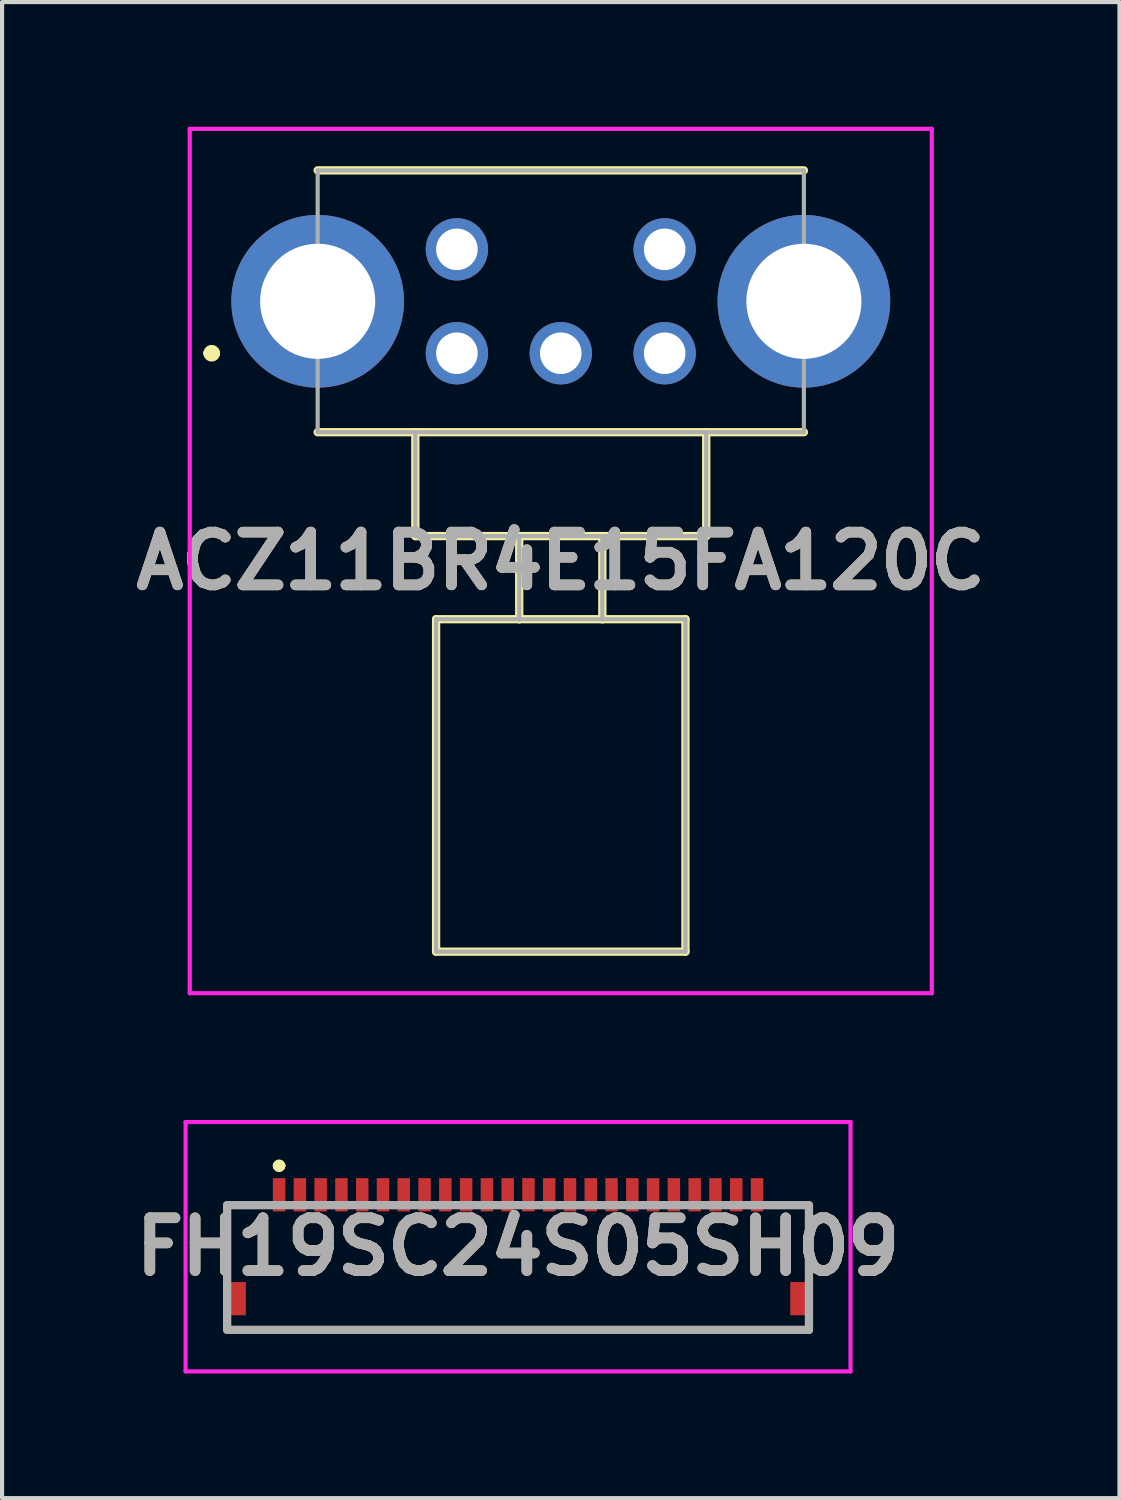
<source format=kicad_pcb>
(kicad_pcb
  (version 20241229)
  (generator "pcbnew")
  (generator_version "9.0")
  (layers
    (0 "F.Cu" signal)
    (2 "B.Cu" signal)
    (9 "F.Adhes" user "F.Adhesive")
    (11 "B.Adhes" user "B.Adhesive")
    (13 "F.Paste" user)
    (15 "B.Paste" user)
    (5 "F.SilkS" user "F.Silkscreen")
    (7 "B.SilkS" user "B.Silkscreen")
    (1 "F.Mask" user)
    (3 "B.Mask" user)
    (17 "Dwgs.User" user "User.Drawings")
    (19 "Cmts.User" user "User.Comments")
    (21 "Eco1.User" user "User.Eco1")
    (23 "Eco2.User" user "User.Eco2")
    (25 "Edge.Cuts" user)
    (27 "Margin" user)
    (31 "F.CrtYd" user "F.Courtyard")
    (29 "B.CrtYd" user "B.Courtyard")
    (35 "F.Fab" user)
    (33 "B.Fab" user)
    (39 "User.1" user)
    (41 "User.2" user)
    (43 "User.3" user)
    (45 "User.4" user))
  (footprint "ACZ11BR4E15FA120C"
    (layer "F.Cu")
    (at 7.944 5.45)
    (property "Reference" "ACZ11BR4E15FA120C" (at 2.5 5 0) (layer "F.SilkS") (effects (font (size 1.27 1.27) (thickness 0.254))))
    (attr through_hole)
    (fp_line (start -6 0) (end -6 0) (stroke (width 0.2) (type solid)) (layer "F.SilkS"))
    (fp_line (start -5.8 0) (end -5.8 0) (stroke (width 0.2) (type solid)) (layer "F.SilkS"))
    (fp_line (start -3.35 -4.4) (end 8.35 -4.4) (stroke (width 0.2) (type solid)) (layer "F.SilkS"))
    (fp_line (start -3.35 1.9) (end 8.35 1.9) (stroke (width 0.2) (type solid)) (layer "F.SilkS"))
    (fp_line (start -1 1.9) (end -1 4.4) (stroke (width 0.2) (type solid)) (layer "F.SilkS"))
    (fp_line (start -1 4.4) (end 6 4.4) (stroke (width 0.2) (type solid)) (layer "F.SilkS"))
    (fp_line (start -0.5 6.4) (end -0.5 14.4) (stroke (width 0.2) (type solid)) (layer "F.SilkS"))
    (fp_line (start -0.5 14.4) (end 5.5 14.4) (stroke (width 0.2) (type solid)) (layer "F.SilkS"))
    (fp_line (start 1.5 4.4) (end 1.5 6.4) (stroke (width 0.2) (type solid)) (layer "F.SilkS"))
    (fp_line (start 1.5 6.4) (end -0.5 6.4) (stroke (width 0.2) (type solid)) (layer "F.SilkS"))
    (fp_line (start 1.5 6.4) (end 3.5 6.4) (stroke (width 0.2) (type solid)) (layer "F.SilkS"))
    (fp_line (start 3.5 6.4) (end 3.5 4.4) (stroke (width 0.2) (type solid)) (layer "F.SilkS"))
    (fp_line (start 5.5 6.4) (end 3.5 6.4) (stroke (width 0.2) (type solid)) (layer "F.SilkS"))
    (fp_line (start 5.5 14.4) (end 5.5 6.4) (stroke (width 0.2) (type solid)) (layer "F.SilkS"))
    (fp_line (start 6 4.4) (end 6 1.9) (stroke (width 0.2) (type solid)) (layer "F.SilkS"))
    (fp_arc (start -6 0) (mid -5.9 -0.1) (end -5.8 0) (stroke (width 0.2) (type solid)) (layer "F.SilkS"))
    (fp_arc (start -5.8 0) (mid -5.9 0.1) (end -6 0) (stroke (width 0.2) (type solid)) (layer "F.SilkS"))
    (fp_line (start -6.428 -5.4) (end 11.428 -5.4) (stroke (width 0.1) (type solid)) (layer "F.CrtYd"))
    (fp_line (start -6.428 15.4) (end -6.428 -5.4) (stroke (width 0.1) (type solid)) (layer "F.CrtYd"))
    (fp_line (start 11.428 -5.4) (end 11.428 15.4) (stroke (width 0.1) (type solid)) (layer "F.CrtYd"))
    (fp_line (start 11.428 15.4) (end -6.428 15.4) (stroke (width 0.1) (type solid)) (layer "F.CrtYd"))
    (fp_line (start -3.35 -4.4) (end 8.35 -4.4) (stroke (width 0.1) (type solid)) (layer "F.Fab"))
    (fp_line (start -3.35 1.9) (end -3.35 -4.4) (stroke (width 0.1) (type solid)) (layer "F.Fab"))
    (fp_line (start -1 1.9) (end -1 4.4) (stroke (width 0.1) (type solid)) (layer "F.Fab"))
    (fp_line (start -1 4.4) (end 6 4.4) (stroke (width 0.1) (type solid)) (layer "F.Fab"))
    (fp_line (start -0.5 6.4) (end -0.5 14.4) (stroke (width 0.1) (type solid)) (layer "F.Fab"))
    (fp_line (start -0.5 14.4) (end 5.5 14.4) (stroke (width 0.1) (type solid)) (layer "F.Fab"))
    (fp_line (start 1.5 4.4) (end 1.5 6.4) (stroke (width 0.1) (type solid)) (layer "F.Fab"))
    (fp_line (start 1.5 6.4) (end -0.5 6.4) (stroke (width 0.1) (type solid)) (layer "F.Fab"))
    (fp_line (start 1.5 6.4) (end 3.5 6.4) (stroke (width 0.1) (type solid)) (layer "F.Fab"))
    (fp_line (start 3.5 6.4) (end 3.5 4.4) (stroke (width 0.1) (type solid)) (layer "F.Fab"))
    (fp_line (start 5.5 6.4) (end 3.5 6.4) (stroke (width 0.1) (type solid)) (layer "F.Fab"))
    (fp_line (start 5.5 14.4) (end 5.5 6.4) (stroke (width 0.1) (type solid)) (layer "F.Fab"))
    (fp_line (start 6 4.4) (end 6 1.9) (stroke (width 0.1) (type solid)) (layer "F.Fab"))
    (fp_line (start 8.35 -4.4) (end 8.35 1.9) (stroke (width 0.1) (type solid)) (layer "F.Fab"))
    (fp_line (start 8.35 1.9) (end -3.35 1.9) (stroke (width 0.1) (type solid)) (layer "F.Fab"))
    (fp_text user "${REFERENCE}" (at 2.5 5 0) (layer "F.Fab") (effects (font (size 1.27 1.27) (thickness 0.254))))
    (pad "A1" thru_hole circle (at 0 0) (size 1.5 1.5) (drill 1) (layers "*.Cu" "*.Mask"))
    (pad "B1" thru_hole circle (at 5 0) (size 1.5 1.5) (drill 1) (layers "*.Cu" "*.Mask"))
    (pad "C1" thru_hole circle (at 2.5 0) (size 1.5 1.5) (drill 1) (layers "*.Cu" "*.Mask"))
    (pad "MH1" thru_hole circle (at -3.35 -1.25) (size 4.155 4.155) (drill 2.77) (layers "*.Cu" "*.Mask"))
    (pad "MH2" thru_hole circle (at 8.35 -1.25) (size 4.155 4.155) (drill 2.77) (layers "*.Cu" "*.Mask"))
    (pad "S1" thru_hole circle (at 0 -2.5) (size 1.5 1.5) (drill 1) (layers "*.Cu" "*.Mask"))
    (pad "S2" thru_hole circle (at 5 -2.5) (size 1.5 1.5) (drill 1) (layers "*.Cu" "*.Mask")))
  (footprint "FH19SC24S05SH09"
    (layer "F.Cu")
    (at 9.416 27.45)
    (property "Reference" "FH19SC24S05SH09" (at 0 -0.5 0) (layer "F.SilkS") (effects (font (size 1.27 1.27) (thickness 0.254))))
    (attr smd)
    (fp_line (start -7 -1.5) (end -7 -1.5) (stroke (width 0.1) (type solid)) (layer "F.SilkS"))
    (fp_line (start -7 -1.5) (end -7 -1.5) (stroke (width 0.1) (type solid)) (layer "F.SilkS"))
    (fp_line (start -7 -1.5) (end -7 -0.25) (stroke (width 0.1) (type solid)) (layer "F.SilkS"))
    (fp_line (start -7 -1.5) (end -6.5 -1.5) (stroke (width 0.1) (type solid)) (layer "F.SilkS"))
    (fp_line (start -7 -0.25) (end -7 -1.5) (stroke (width 0.1) (type solid)) (layer "F.SilkS"))
    (fp_line (start -7 -0.25) (end -7 -0.25) (stroke (width 0.1) (type solid)) (layer "F.SilkS"))
    (fp_line (start -7 1.5) (end -7 1.5) (stroke (width 0.1) (type solid)) (layer "F.SilkS"))
    (fp_line (start -7 1.5) (end 7 1.5) (stroke (width 0.1) (type solid)) (layer "F.SilkS"))
    (fp_line (start -6.5 -1.5) (end -7 -1.5) (stroke (width 0.1) (type solid)) (layer "F.SilkS"))
    (fp_line (start -6.5 -1.5) (end -6.5 -1.5) (stroke (width 0.1) (type solid)) (layer "F.SilkS"))
    (fp_line (start -5.8 -2.45) (end -5.8 -2.45) (stroke (width 0.2) (type solid)) (layer "F.SilkS"))
    (fp_line (start -5.8 -2.45) (end -5.8 -2.45) (stroke (width 0.2) (type solid)) (layer "F.SilkS"))
    (fp_line (start -5.7 -2.45) (end -5.7 -2.45) (stroke (width 0.2) (type solid)) (layer "F.SilkS"))
    (fp_line (start 6.5 -1.5) (end 6.5 -1.5) (stroke (width 0.1) (type solid)) (layer "F.SilkS"))
    (fp_line (start 6.5 -1.5) (end 7 -1.5) (stroke (width 0.1) (type solid)) (layer "F.SilkS"))
    (fp_line (start 7 -1.5) (end 6.5 -1.5) (stroke (width 0.1) (type solid)) (layer "F.SilkS"))
    (fp_line (start 7 -1.5) (end 7 -1.5) (stroke (width 0.1) (type solid)) (layer "F.SilkS"))
    (fp_line (start 7 -1.5) (end 7 -1.5) (stroke (width 0.1) (type solid)) (layer "F.SilkS"))
    (fp_line (start 7 -1.5) (end 7 0) (stroke (width 0.1) (type solid)) (layer "F.SilkS"))
    (fp_line (start 7 0) (end 7 -1.5) (stroke (width 0.1) (type solid)) (layer "F.SilkS"))
    (fp_line (start 7 0) (end 7 0) (stroke (width 0.1) (type solid)) (layer "F.SilkS"))
    (fp_line (start 7 1.5) (end -7 1.5) (stroke (width 0.1) (type solid)) (layer "F.SilkS"))
    (fp_line (start 7 1.5) (end 7 1.5) (stroke (width 0.1) (type solid)) (layer "F.SilkS"))
    (fp_arc (start -5.8 -2.45) (mid -5.75 -2.5) (end -5.7 -2.45) (stroke (width 0.2) (type solid)) (layer "F.SilkS"))
    (fp_arc (start -5.7 -2.45) (mid -5.75 -2.4) (end -5.8 -2.45) (stroke (width 0.2) (type solid)) (layer "F.SilkS"))
    (fp_arc (start -5.7 -2.45) (mid -5.75 -2.4) (end -5.8 -2.45) (stroke (width 0.2) (type solid)) (layer "F.SilkS"))
    (fp_line (start -8 -3.5) (end 8 -3.5) (stroke (width 0.1) (type solid)) (layer "F.CrtYd"))
    (fp_line (start -8 2.5) (end -8 -3.5) (stroke (width 0.1) (type solid)) (layer "F.CrtYd"))
    (fp_line (start 8 -3.5) (end 8 2.5) (stroke (width 0.1) (type solid)) (layer "F.CrtYd"))
    (fp_line (start 8 2.5) (end -8 2.5) (stroke (width 0.1) (type solid)) (layer "F.CrtYd"))
    (fp_line (start -7 -1.5) (end -7 1.5) (stroke (width 0.2) (type solid)) (layer "F.Fab"))
    (fp_line (start -7 1.5) (end 7 1.5) (stroke (width 0.2) (type solid)) (layer "F.Fab"))
    (fp_line (start 7 -1.5) (end -7 -1.5) (stroke (width 0.2) (type solid)) (layer "F.Fab"))
    (fp_line (start 7 1.5) (end 7 -1.5) (stroke (width 0.2) (type solid)) (layer "F.Fab"))
    (fp_text user "${REFERENCE}" (at 0 -0.5 0) (layer "F.Fab") (effects (font (size 1.27 1.27) (thickness 0.254))))
    (pad "1" smd rect (at -5.75 -1.75) (size 0.3 0.8) (layers "F.Cu" "F.Mask" "F.Paste"))
    (pad "2" smd rect (at -5.25 -1.75) (size 0.3 0.8) (layers "F.Cu" "F.Mask" "F.Paste"))
    (pad "3" smd rect (at -4.75 -1.75) (size 0.3 0.8) (layers "F.Cu" "F.Mask" "F.Paste"))
    (pad "4" smd rect (at -4.25 -1.75) (size 0.3 0.8) (layers "F.Cu" "F.Mask" "F.Paste"))
    (pad "5" smd rect (at -3.75 -1.75) (size 0.3 0.8) (layers "F.Cu" "F.Mask" "F.Paste"))
    (pad "6" smd rect (at -3.25 -1.75) (size 0.3 0.8) (layers "F.Cu" "F.Mask" "F.Paste"))
    (pad "7" smd rect (at -2.75 -1.75) (size 0.3 0.8) (layers "F.Cu" "F.Mask" "F.Paste"))
    (pad "8" smd rect (at -2.25 -1.75) (size 0.3 0.8) (layers "F.Cu" "F.Mask" "F.Paste"))
    (pad "9" smd rect (at -1.75 -1.75) (size 0.3 0.8) (layers "F.Cu" "F.Mask" "F.Paste"))
    (pad "10" smd rect (at -1.25 -1.75) (size 0.3 0.8) (layers "F.Cu" "F.Mask" "F.Paste"))
    (pad "11" smd rect (at -0.75 -1.75) (size 0.3 0.8) (layers "F.Cu" "F.Mask" "F.Paste"))
    (pad "12" smd rect (at -0.25 -1.75) (size 0.3 0.8) (layers "F.Cu" "F.Mask" "F.Paste"))
    (pad "13" smd rect (at 0.25 -1.75) (size 0.3 0.8) (layers "F.Cu" "F.Mask" "F.Paste"))
    (pad "14" smd rect (at 0.75 -1.75) (size 0.3 0.8) (layers "F.Cu" "F.Mask" "F.Paste"))
    (pad "15" smd rect (at 1.25 -1.75) (size 0.3 0.8) (layers "F.Cu" "F.Mask" "F.Paste"))
    (pad "16" smd rect (at 1.75 -1.75) (size 0.3 0.8) (layers "F.Cu" "F.Mask" "F.Paste"))
    (pad "17" smd rect (at 2.25 -1.75) (size 0.3 0.8) (layers "F.Cu" "F.Mask" "F.Paste"))
    (pad "18" smd rect (at 2.75 -1.75) (size 0.3 0.8) (layers "F.Cu" "F.Mask" "F.Paste"))
    (pad "19" smd rect (at 3.25 -1.75) (size 0.3 0.8) (layers "F.Cu" "F.Mask" "F.Paste"))
    (pad "20" smd rect (at 3.75 -1.75) (size 0.3 0.8) (layers "F.Cu" "F.Mask" "F.Paste"))
    (pad "21" smd rect (at 4.25 -1.75) (size 0.3 0.8) (layers "F.Cu" "F.Mask" "F.Paste"))
    (pad "22" smd rect (at 4.75 -1.75) (size 0.3 0.8) (layers "F.Cu" "F.Mask" "F.Paste"))
    (pad "23" smd rect (at 5.25 -1.75) (size 0.3 0.8) (layers "F.Cu" "F.Mask" "F.Paste"))
    (pad "24" smd rect (at 5.75 -1.75) (size 0.3 0.8) (layers "F.Cu" "F.Mask" "F.Paste"))
    (pad "MP1" smd rect (at -6.75 0.75) (size 0.4 0.8) (layers "F.Cu" "F.Mask" "F.Paste"))
    (pad "MP2" smd rect (at 6.75 0.75) (size 0.4 0.8) (layers "F.Cu" "F.Mask" "F.Paste")))
  (gr_rect
    (start -3 -3)
    (end 23.888 33)
    (stroke (width 0.1) (type default))
    (fill no)
    (layer "Edge.Cuts")))
</source>
